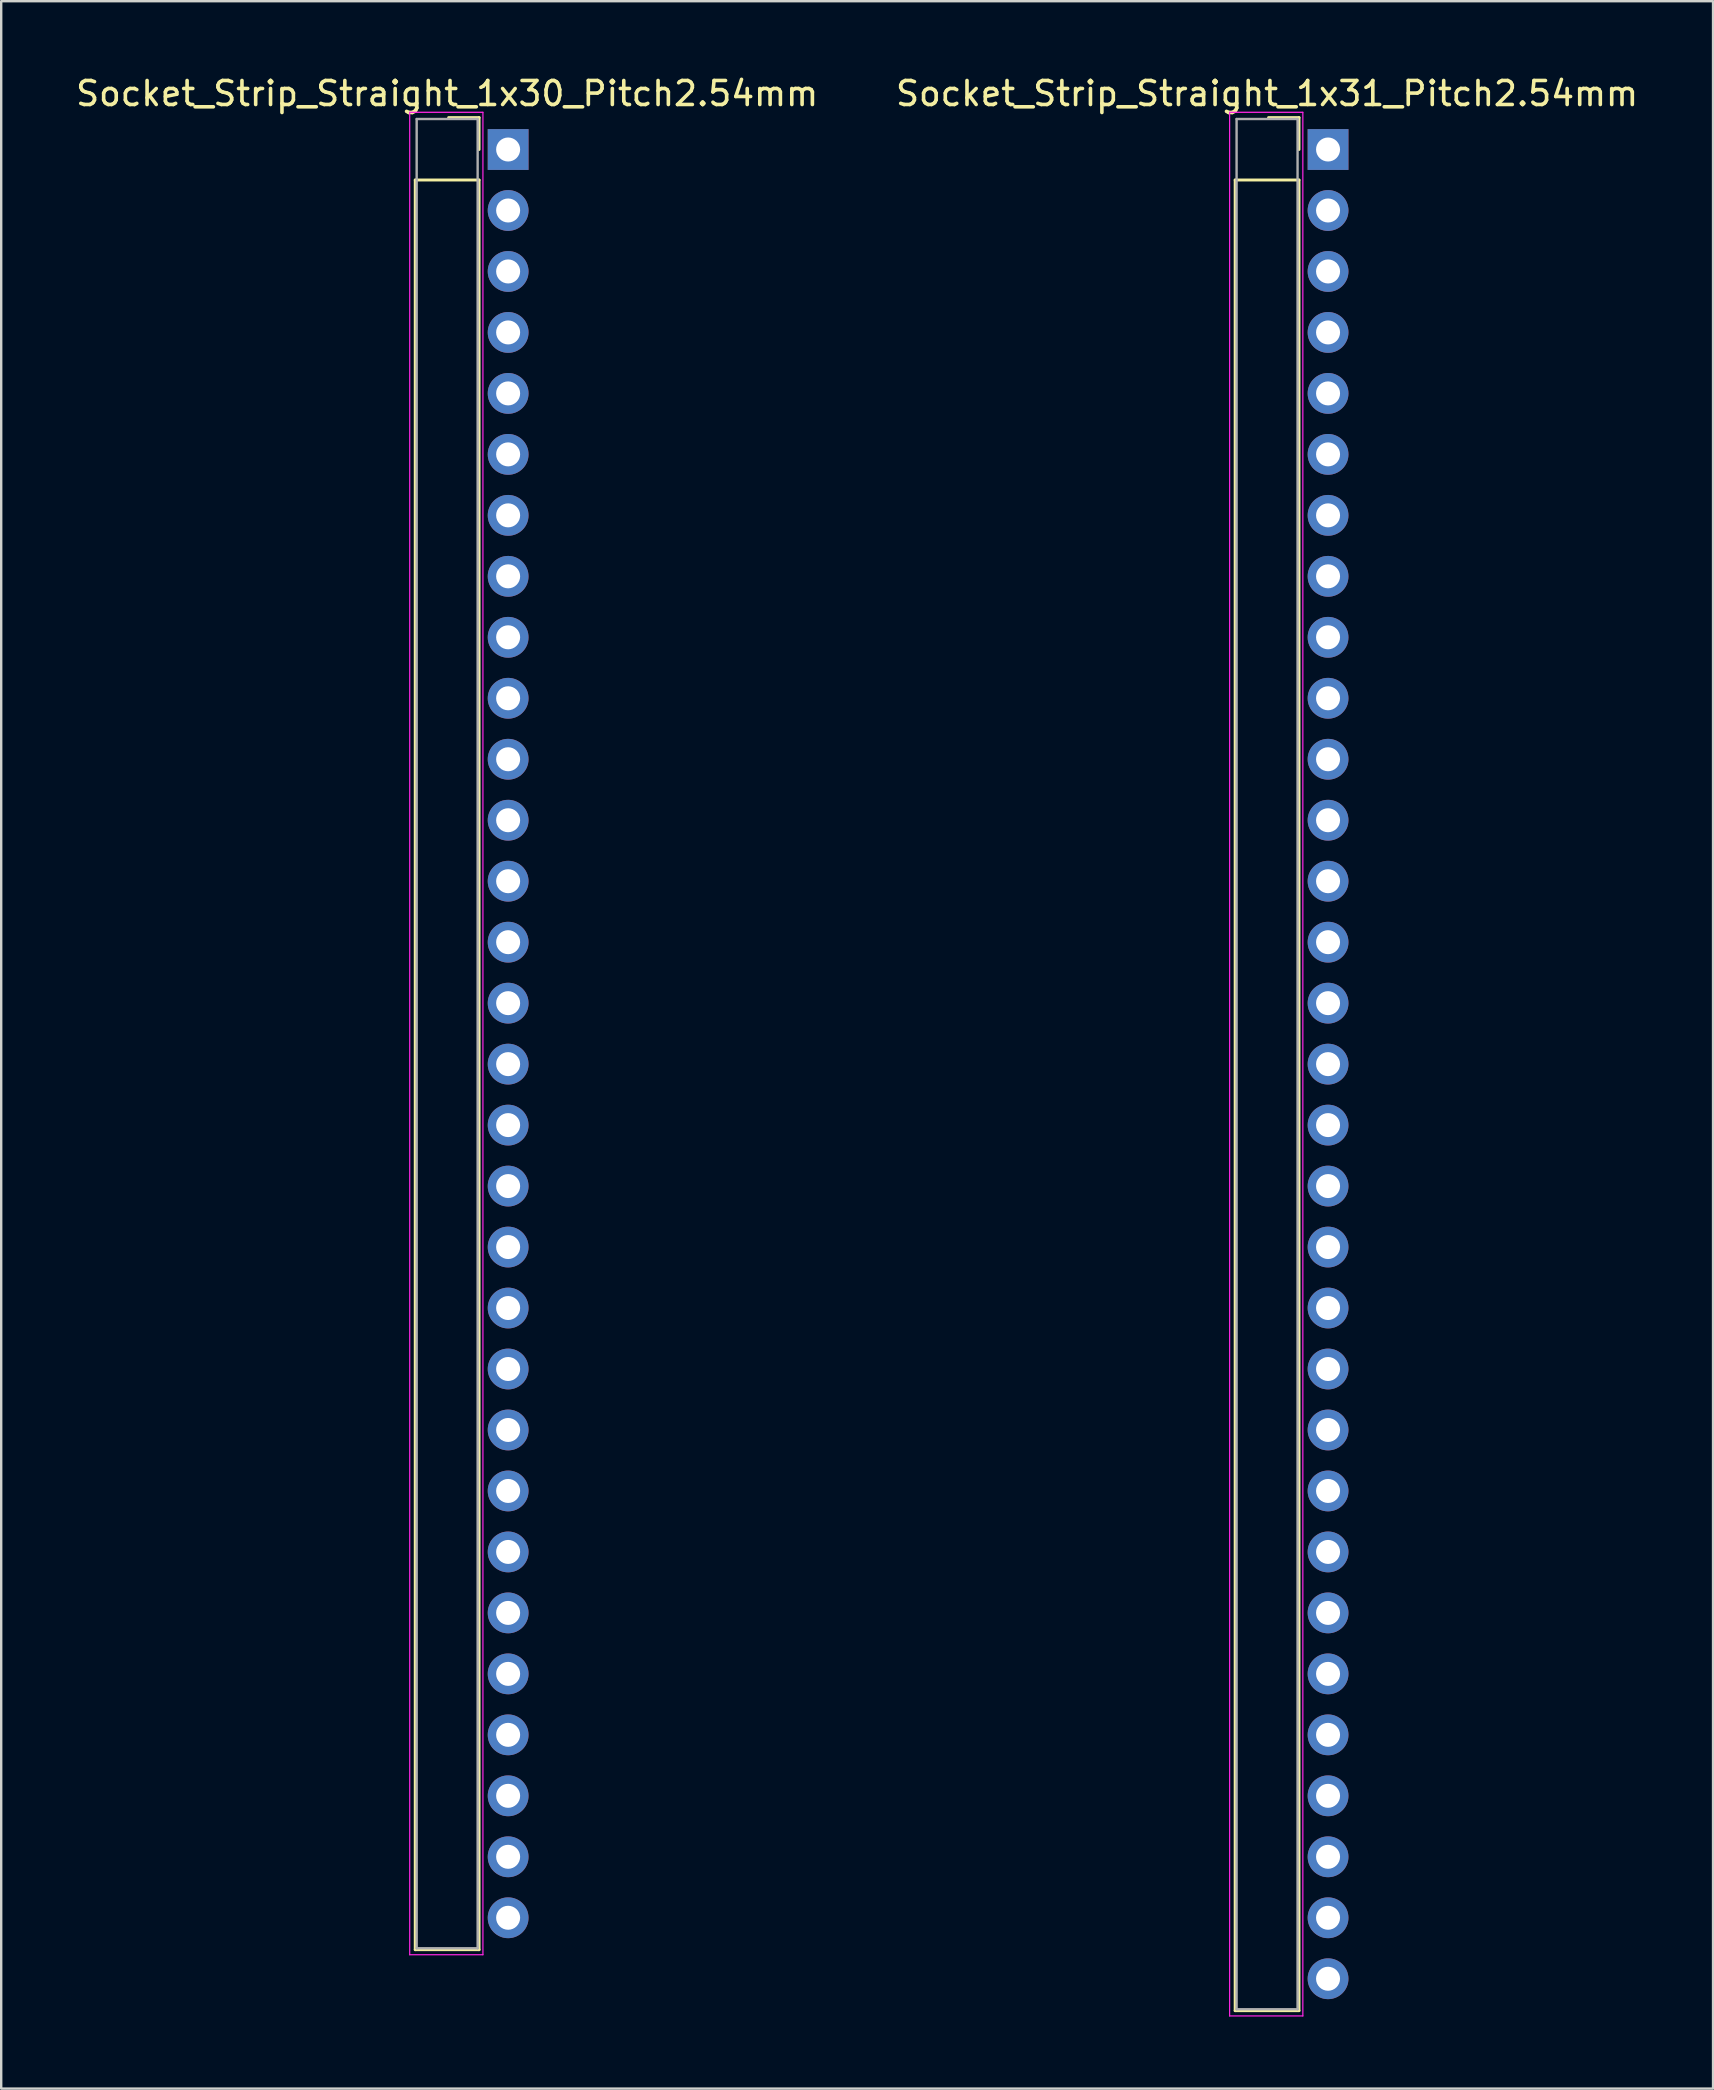
<source format=kicad_pcb>
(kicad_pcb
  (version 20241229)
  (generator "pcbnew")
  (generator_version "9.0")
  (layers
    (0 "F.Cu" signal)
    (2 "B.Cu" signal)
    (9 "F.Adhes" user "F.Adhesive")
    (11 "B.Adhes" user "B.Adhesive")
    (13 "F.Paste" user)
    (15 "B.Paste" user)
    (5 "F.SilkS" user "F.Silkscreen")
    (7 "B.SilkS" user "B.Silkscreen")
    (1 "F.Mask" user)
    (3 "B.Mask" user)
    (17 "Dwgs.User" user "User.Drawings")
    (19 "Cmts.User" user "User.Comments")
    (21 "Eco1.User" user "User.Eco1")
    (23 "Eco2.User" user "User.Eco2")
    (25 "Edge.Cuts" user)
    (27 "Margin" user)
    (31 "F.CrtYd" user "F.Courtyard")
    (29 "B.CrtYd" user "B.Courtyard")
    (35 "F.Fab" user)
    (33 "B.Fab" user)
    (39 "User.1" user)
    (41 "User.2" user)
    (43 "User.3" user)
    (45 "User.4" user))
  (footprint "Socket_Strip_Straight_1x31_Pitch2.54mm"
    (layer "F.Cu")
    (at 52.272 3.178)
    (property "Reference" "Socket_Strip_Straight_1x31_Pitch2.54mm" (at -2.54 -2.33 0) (layer "F.SilkS") (effects (font (size 1 1) (thickness 0.15))))
    (attr through_hole)
    (fp_line (start -3.87 1.27) (end -3.87 77.53) (stroke (width 0.12) (type solid)) (layer "F.SilkS"))
    (fp_line (start -3.87 77.53) (end -1.21 77.53) (stroke (width 0.12) (type solid)) (layer "F.SilkS"))
    (fp_line (start -1.21 -1.33) (end -2.48 -1.33) (stroke (width 0.12) (type solid)) (layer "F.SilkS"))
    (fp_line (start -1.21 0) (end -1.21 -1.33) (stroke (width 0.12) (type solid)) (layer "F.SilkS"))
    (fp_line (start -1.21 1.27) (end -3.87 1.27) (stroke (width 0.12) (type solid)) (layer "F.SilkS"))
    (fp_line (start -1.21 77.53) (end -1.21 1.27) (stroke (width 0.12) (type solid)) (layer "F.SilkS"))
    (fp_line (start -4.1 -1.55) (end -4.1 77.75) (stroke (width 0.05) (type solid)) (layer "F.CrtYd"))
    (fp_line (start -4.1 77.75) (end -1.05 77.75) (stroke (width 0.05) (type solid)) (layer "F.CrtYd"))
    (fp_line (start -1.05 -1.55) (end -4.1 -1.55) (stroke (width 0.05) (type solid)) (layer "F.CrtYd"))
    (fp_line (start -1.05 77.75) (end -1.05 -1.55) (stroke (width 0.05) (type solid)) (layer "F.CrtYd"))
    (fp_line (start -3.81 -1.27) (end -3.81 77.47) (stroke (width 0.1) (type solid)) (layer "F.Fab"))
    (fp_line (start -3.81 77.47) (end -1.27 77.47) (stroke (width 0.1) (type solid)) (layer "F.Fab"))
    (fp_line (start -1.27 -1.27) (end -3.81 -1.27) (stroke (width 0.1) (type solid)) (layer "F.Fab"))
    (fp_line (start -1.27 77.47) (end -1.27 -1.27) (stroke (width 0.1) (type solid)) (layer "F.Fab"))
    (pad "1" thru_hole rect (at 0 0) (size 1.7 1.7) (drill 1) (layers "*.Cu" "*.Mask"))
    (pad "2" thru_hole oval (at 0 2.54) (size 1.7 1.7) (drill 1) (layers "*.Cu" "*.Mask"))
    (pad "3" thru_hole oval (at 0 5.08) (size 1.7 1.7) (drill 1) (layers "*.Cu" "*.Mask"))
    (pad "4" thru_hole oval (at 0 7.62) (size 1.7 1.7) (drill 1) (layers "*.Cu" "*.Mask"))
    (pad "5" thru_hole oval (at 0 10.16) (size 1.7 1.7) (drill 1) (layers "*.Cu" "*.Mask"))
    (pad "6" thru_hole oval (at 0 12.7) (size 1.7 1.7) (drill 1) (layers "*.Cu" "*.Mask"))
    (pad "7" thru_hole oval (at 0 15.24) (size 1.7 1.7) (drill 1) (layers "*.Cu" "*.Mask"))
    (pad "8" thru_hole oval (at 0 17.78) (size 1.7 1.7) (drill 1) (layers "*.Cu" "*.Mask"))
    (pad "9" thru_hole oval (at 0 20.32) (size 1.7 1.7) (drill 1) (layers "*.Cu" "*.Mask"))
    (pad "10" thru_hole oval (at 0 22.86) (size 1.7 1.7) (drill 1) (layers "*.Cu" "*.Mask"))
    (pad "11" thru_hole oval (at 0 25.4) (size 1.7 1.7) (drill 1) (layers "*.Cu" "*.Mask"))
    (pad "12" thru_hole oval (at 0 27.94) (size 1.7 1.7) (drill 1) (layers "*.Cu" "*.Mask"))
    (pad "13" thru_hole oval (at 0 30.48) (size 1.7 1.7) (drill 1) (layers "*.Cu" "*.Mask"))
    (pad "14" thru_hole oval (at 0 33.02) (size 1.7 1.7) (drill 1) (layers "*.Cu" "*.Mask"))
    (pad "15" thru_hole oval (at 0 35.56) (size 1.7 1.7) (drill 1) (layers "*.Cu" "*.Mask"))
    (pad "16" thru_hole oval (at 0 38.1) (size 1.7 1.7) (drill 1) (layers "*.Cu" "*.Mask"))
    (pad "17" thru_hole oval (at 0 40.64) (size 1.7 1.7) (drill 1) (layers "*.Cu" "*.Mask"))
    (pad "18" thru_hole oval (at 0 43.18) (size 1.7 1.7) (drill 1) (layers "*.Cu" "*.Mask"))
    (pad "19" thru_hole oval (at 0 45.72) (size 1.7 1.7) (drill 1) (layers "*.Cu" "*.Mask"))
    (pad "20" thru_hole oval (at 0 48.26) (size 1.7 1.7) (drill 1) (layers "*.Cu" "*.Mask"))
    (pad "21" thru_hole oval (at 0 50.8) (size 1.7 1.7) (drill 1) (layers "*.Cu" "*.Mask"))
    (pad "22" thru_hole oval (at 0 53.34) (size 1.7 1.7) (drill 1) (layers "*.Cu" "*.Mask"))
    (pad "23" thru_hole oval (at 0 55.88) (size 1.7 1.7) (drill 1) (layers "*.Cu" "*.Mask"))
    (pad "24" thru_hole oval (at 0 58.42) (size 1.7 1.7) (drill 1) (layers "*.Cu" "*.Mask"))
    (pad "25" thru_hole oval (at 0 60.96) (size 1.7 1.7) (drill 1) (layers "*.Cu" "*.Mask"))
    (pad "26" thru_hole oval (at 0 63.5) (size 1.7 1.7) (drill 1) (layers "*.Cu" "*.Mask"))
    (pad "27" thru_hole oval (at 0 66.04) (size 1.7 1.7) (drill 1) (layers "*.Cu" "*.Mask"))
    (pad "28" thru_hole oval (at 0 68.58) (size 1.7 1.7) (drill 1) (layers "*.Cu" "*.Mask"))
    (pad "29" thru_hole oval (at 0 71.12) (size 1.7 1.7) (drill 1) (layers "*.Cu" "*.Mask"))
    (pad "30" thru_hole oval (at 0 73.66) (size 1.7 1.7) (drill 1) (layers "*.Cu" "*.Mask"))
    (pad "31" thru_hole oval (at 0 76.2) (size 1.7 1.7) (drill 1) (layers "*.Cu" "*.Mask")))
  (footprint "Socket_Strip_Straight_1x30_Pitch2.54mm"
    (layer "F.Cu")
    (at 18.117 3.178)
    (property "Reference" "Socket_Strip_Straight_1x30_Pitch2.54mm" (at -2.54 -2.33 0) (layer "F.SilkS") (effects (font (size 1 1) (thickness 0.15))))
    (attr through_hole)
    (fp_line (start -3.87 1.27) (end -3.87 74.99) (stroke (width 0.12) (type solid)) (layer "F.SilkS"))
    (fp_line (start -3.87 74.99) (end -1.21 74.99) (stroke (width 0.12) (type solid)) (layer "F.SilkS"))
    (fp_line (start -1.21 -1.33) (end -2.48 -1.33) (stroke (width 0.12) (type solid)) (layer "F.SilkS"))
    (fp_line (start -1.21 0) (end -1.21 -1.33) (stroke (width 0.12) (type solid)) (layer "F.SilkS"))
    (fp_line (start -1.21 1.27) (end -3.87 1.27) (stroke (width 0.12) (type solid)) (layer "F.SilkS"))
    (fp_line (start -1.21 74.99) (end -1.21 1.27) (stroke (width 0.12) (type solid)) (layer "F.SilkS"))
    (fp_line (start -4.1 -1.55) (end -4.1 75.2) (stroke (width 0.05) (type solid)) (layer "F.CrtYd"))
    (fp_line (start -4.1 75.2) (end -1.05 75.2) (stroke (width 0.05) (type solid)) (layer "F.CrtYd"))
    (fp_line (start -1.05 -1.55) (end -4.1 -1.55) (stroke (width 0.05) (type solid)) (layer "F.CrtYd"))
    (fp_line (start -1.05 75.2) (end -1.05 -1.55) (stroke (width 0.05) (type solid)) (layer "F.CrtYd"))
    (fp_line (start -3.81 -1.27) (end -3.81 74.93) (stroke (width 0.1) (type solid)) (layer "F.Fab"))
    (fp_line (start -3.81 74.93) (end -1.27 74.93) (stroke (width 0.1) (type solid)) (layer "F.Fab"))
    (fp_line (start -1.27 -1.27) (end -3.81 -1.27) (stroke (width 0.1) (type solid)) (layer "F.Fab"))
    (fp_line (start -1.27 74.93) (end -1.27 -1.27) (stroke (width 0.1) (type solid)) (layer "F.Fab"))
    (pad "1" thru_hole rect (at 0 0) (size 1.7 1.7) (drill 1) (layers "*.Cu" "*.Mask"))
    (pad "2" thru_hole oval (at 0 2.54) (size 1.7 1.7) (drill 1) (layers "*.Cu" "*.Mask"))
    (pad "3" thru_hole oval (at 0 5.08) (size 1.7 1.7) (drill 1) (layers "*.Cu" "*.Mask"))
    (pad "4" thru_hole oval (at 0 7.62) (size 1.7 1.7) (drill 1) (layers "*.Cu" "*.Mask"))
    (pad "5" thru_hole oval (at 0 10.16) (size 1.7 1.7) (drill 1) (layers "*.Cu" "*.Mask"))
    (pad "6" thru_hole oval (at 0 12.7) (size 1.7 1.7) (drill 1) (layers "*.Cu" "*.Mask"))
    (pad "7" thru_hole oval (at 0 15.24) (size 1.7 1.7) (drill 1) (layers "*.Cu" "*.Mask"))
    (pad "8" thru_hole oval (at 0 17.78) (size 1.7 1.7) (drill 1) (layers "*.Cu" "*.Mask"))
    (pad "9" thru_hole oval (at 0 20.32) (size 1.7 1.7) (drill 1) (layers "*.Cu" "*.Mask"))
    (pad "10" thru_hole oval (at 0 22.86) (size 1.7 1.7) (drill 1) (layers "*.Cu" "*.Mask"))
    (pad "11" thru_hole oval (at 0 25.4) (size 1.7 1.7) (drill 1) (layers "*.Cu" "*.Mask"))
    (pad "12" thru_hole oval (at 0 27.94) (size 1.7 1.7) (drill 1) (layers "*.Cu" "*.Mask"))
    (pad "13" thru_hole oval (at 0 30.48) (size 1.7 1.7) (drill 1) (layers "*.Cu" "*.Mask"))
    (pad "14" thru_hole oval (at 0 33.02) (size 1.7 1.7) (drill 1) (layers "*.Cu" "*.Mask"))
    (pad "15" thru_hole oval (at 0 35.56) (size 1.7 1.7) (drill 1) (layers "*.Cu" "*.Mask"))
    (pad "16" thru_hole oval (at 0 38.1) (size 1.7 1.7) (drill 1) (layers "*.Cu" "*.Mask"))
    (pad "17" thru_hole oval (at 0 40.64) (size 1.7 1.7) (drill 1) (layers "*.Cu" "*.Mask"))
    (pad "18" thru_hole oval (at 0 43.18) (size 1.7 1.7) (drill 1) (layers "*.Cu" "*.Mask"))
    (pad "19" thru_hole oval (at 0 45.72) (size 1.7 1.7) (drill 1) (layers "*.Cu" "*.Mask"))
    (pad "20" thru_hole oval (at 0 48.26) (size 1.7 1.7) (drill 1) (layers "*.Cu" "*.Mask"))
    (pad "21" thru_hole oval (at 0 50.8) (size 1.7 1.7) (drill 1) (layers "*.Cu" "*.Mask"))
    (pad "22" thru_hole oval (at 0 53.34) (size 1.7 1.7) (drill 1) (layers "*.Cu" "*.Mask"))
    (pad "23" thru_hole oval (at 0 55.88) (size 1.7 1.7) (drill 1) (layers "*.Cu" "*.Mask"))
    (pad "24" thru_hole oval (at 0 58.42) (size 1.7 1.7) (drill 1) (layers "*.Cu" "*.Mask"))
    (pad "25" thru_hole oval (at 0 60.96) (size 1.7 1.7) (drill 1) (layers "*.Cu" "*.Mask"))
    (pad "26" thru_hole oval (at 0 63.5) (size 1.7 1.7) (drill 1) (layers "*.Cu" "*.Mask"))
    (pad "27" thru_hole oval (at 0 66.04) (size 1.7 1.7) (drill 1) (layers "*.Cu" "*.Mask"))
    (pad "28" thru_hole oval (at 0 68.58) (size 1.7 1.7) (drill 1) (layers "*.Cu" "*.Mask"))
    (pad "29" thru_hole oval (at 0 71.12) (size 1.7 1.7) (drill 1) (layers "*.Cu" "*.Mask"))
    (pad "30" thru_hole oval (at 0 73.66) (size 1.7 1.7) (drill 1) (layers "*.Cu" "*.Mask")))
  (gr_rect
    (start -3 -3)
    (end 68.31 83.953)
    (stroke (width 0.1) (type default))
    (fill no)
    (layer "Edge.Cuts")))
</source>
